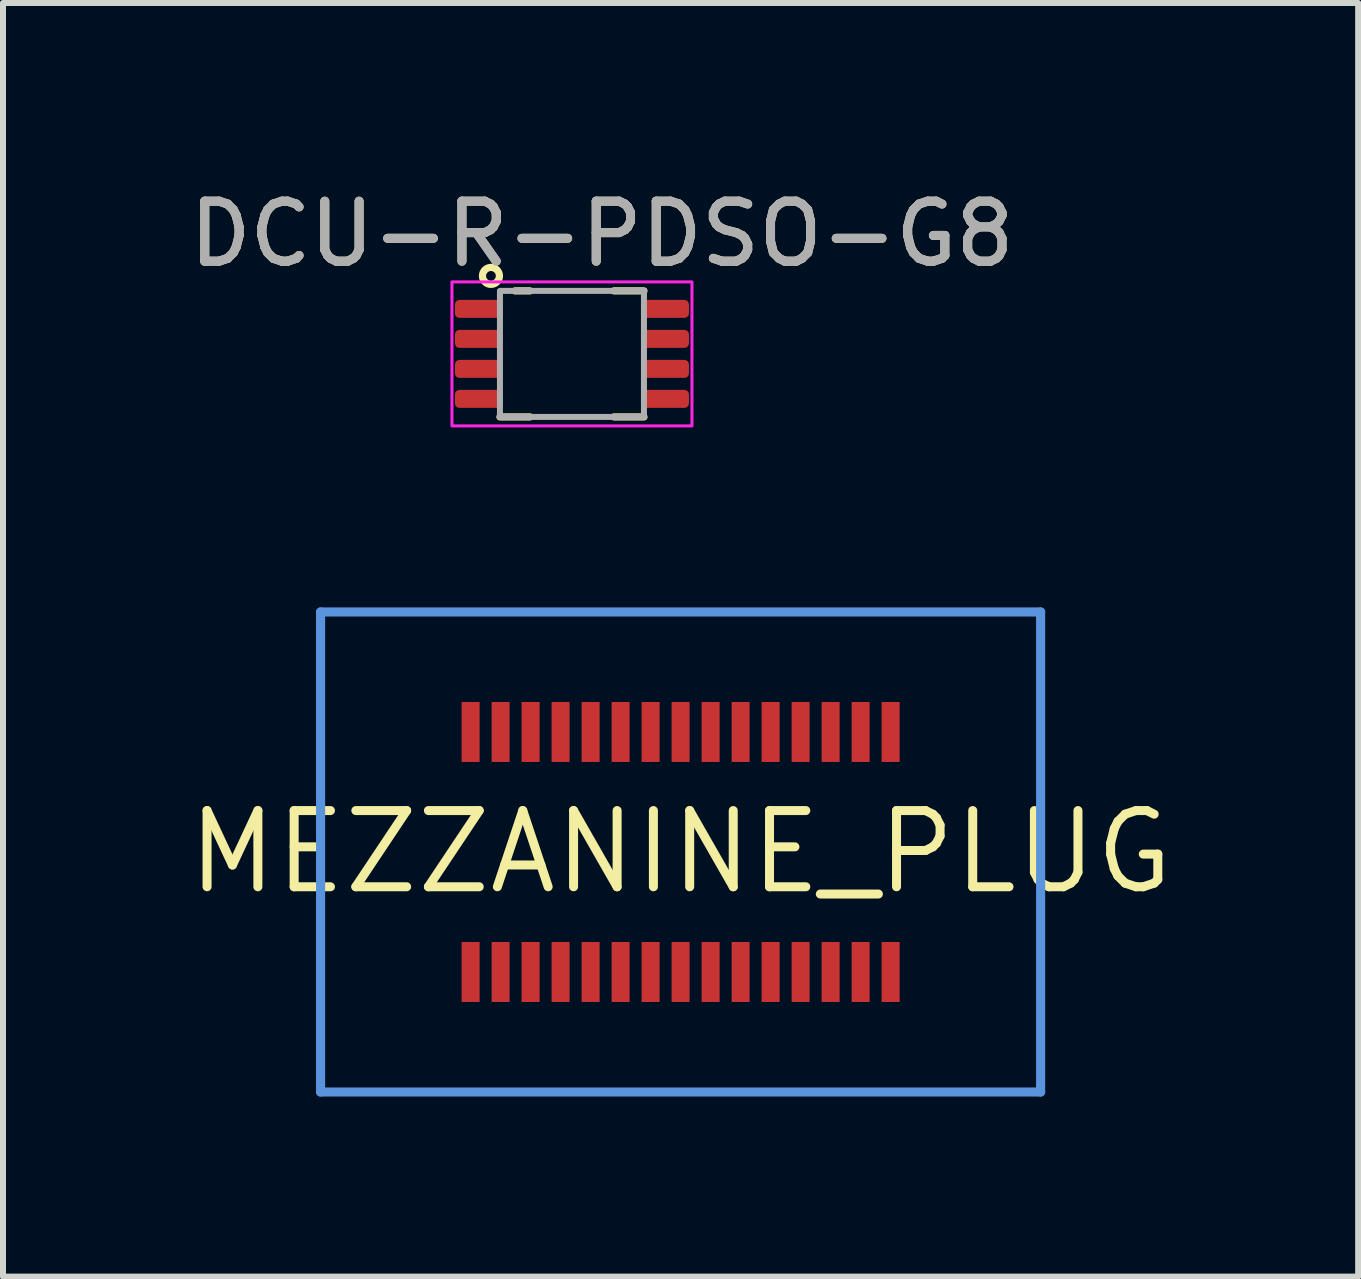
<source format=kicad_pcb>
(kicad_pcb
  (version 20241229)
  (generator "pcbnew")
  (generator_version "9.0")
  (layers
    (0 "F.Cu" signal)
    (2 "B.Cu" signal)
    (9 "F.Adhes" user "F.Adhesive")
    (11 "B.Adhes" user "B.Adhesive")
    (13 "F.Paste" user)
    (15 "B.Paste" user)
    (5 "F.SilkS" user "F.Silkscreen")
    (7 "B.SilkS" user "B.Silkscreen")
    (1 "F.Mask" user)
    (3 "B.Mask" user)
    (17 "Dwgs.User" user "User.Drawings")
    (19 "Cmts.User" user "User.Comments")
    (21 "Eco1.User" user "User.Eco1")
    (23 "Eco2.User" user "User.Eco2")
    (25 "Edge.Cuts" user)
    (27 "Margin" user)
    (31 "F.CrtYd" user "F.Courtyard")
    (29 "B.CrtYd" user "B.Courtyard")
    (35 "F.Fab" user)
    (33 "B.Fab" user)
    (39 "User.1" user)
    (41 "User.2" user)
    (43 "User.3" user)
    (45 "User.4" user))
  (footprint "MEZZANINE_PLUG"
    (layer "F.Cu")
    (at 8.293 11.149)
    (property "Reference" "MEZZANINE_PLUG" (at 0 0 0) (layer "F.SilkS") (effects (font (size 1.27 1.27) (thickness 0.15))))
    (fp_line (start -6 -4) (end 6 -4) (stroke (width 0.152) (type solid)) (layer "Cmts.User"))
    (fp_line (start -6 4) (end -6 -4) (stroke (width 0.152) (type solid)) (layer "Cmts.User"))
    (fp_line (start 6 -4) (end 6 4) (stroke (width 0.152) (type solid)) (layer "Cmts.User"))
    (fp_line (start 6 4) (end -6 4) (stroke (width 0.152) (type solid)) (layer "Cmts.User"))
    (pad "P$1" smd rect (at -3.5 -2) (size 0.3 1) (layers "F.Cu" "F.Mask" "F.Paste"))
    (pad "P$2" smd rect (at -3 -2) (size 0.3 1) (layers "F.Cu" "F.Mask" "F.Paste"))
    (pad "P$3" smd rect (at -2.5 -2) (size 0.3 1) (layers "F.Cu" "F.Mask" "F.Paste"))
    (pad "P$4" smd rect (at -2 -2) (size 0.3 1) (layers "F.Cu" "F.Mask" "F.Paste"))
    (pad "P$5" smd rect (at -1.5 -2) (size 0.3 1) (layers "F.Cu" "F.Mask" "F.Paste"))
    (pad "P$6" smd rect (at -1 -2) (size 0.3 1) (layers "F.Cu" "F.Mask" "F.Paste"))
    (pad "P$7" smd rect (at -0.5 -2) (size 0.3 1) (layers "F.Cu" "F.Mask" "F.Paste"))
    (pad "P$8" smd rect (at 0 -2) (size 0.3 1) (layers "F.Cu" "F.Mask" "F.Paste"))
    (pad "P$9" smd rect (at 0.5 -2) (size 0.3 1) (layers "F.Cu" "F.Mask" "F.Paste"))
    (pad "P$10" smd rect (at 1 -2) (size 0.3 1) (layers "F.Cu" "F.Mask" "F.Paste"))
    (pad "P$11" smd rect (at 1.5 -2) (size 0.3 1) (layers "F.Cu" "F.Mask" "F.Paste"))
    (pad "P$12" smd rect (at 2 -2) (size 0.3 1) (layers "F.Cu" "F.Mask" "F.Paste"))
    (pad "P$13" smd rect (at 2.5 -2) (size 0.3 1) (layers "F.Cu" "F.Mask" "F.Paste"))
    (pad "P$14" smd rect (at 3 -2) (size 0.3 1) (layers "F.Cu" "F.Mask" "F.Paste"))
    (pad "P$15" smd rect (at 3.5 -2) (size 0.3 1) (layers "F.Cu" "F.Mask" "F.Paste"))
    (pad "P$16" smd rect (at 3.5 2) (size 0.3 1) (layers "F.Cu" "F.Mask" "F.Paste"))
    (pad "P$17" smd rect (at 3 2) (size 0.3 1) (layers "F.Cu" "F.Mask" "F.Paste"))
    (pad "P$18" smd rect (at 2.5 2) (size 0.3 1) (layers "F.Cu" "F.Mask" "F.Paste"))
    (pad "P$19" smd rect (at 2 2) (size 0.3 1) (layers "F.Cu" "F.Mask" "F.Paste"))
    (pad "P$20" smd rect (at 1.5 2) (size 0.3 1) (layers "F.Cu" "F.Mask" "F.Paste"))
    (pad "P$21" smd rect (at 1 2) (size 0.3 1) (layers "F.Cu" "F.Mask" "F.Paste"))
    (pad "P$22" smd rect (at 0.5 2) (size 0.3 1) (layers "F.Cu" "F.Mask" "F.Paste"))
    (pad "P$23" smd rect (at 0 2) (size 0.3 1) (layers "F.Cu" "F.Mask" "F.Paste"))
    (pad "P$24" smd rect (at -0.5 2) (size 0.3 1) (layers "F.Cu" "F.Mask" "F.Paste"))
    (pad "P$25" smd rect (at -1 2) (size 0.3 1) (layers "F.Cu" "F.Mask" "F.Paste"))
    (pad "P$26" smd rect (at -1.5 2) (size 0.3 1) (layers "F.Cu" "F.Mask" "F.Paste"))
    (pad "P$27" smd rect (at -2 2) (size 0.3 1) (layers "F.Cu" "F.Mask" "F.Paste"))
    (pad "P$28" smd rect (at -2.5 2) (size 0.3 1) (layers "F.Cu" "F.Mask" "F.Paste"))
    (pad "P$29" smd rect (at -3 2) (size 0.3 1) (layers "F.Cu" "F.Mask" "F.Paste"))
    (pad "P$30" smd rect (at -3.5 2) (size 0.3 1) (layers "F.Cu" "F.Mask" "F.Paste")))
  (footprint "DCU-R-PDSO-G8"
    (layer "F.Cu")
    (at 6.482 2.848)
    (property "Reference" "DCU-R-PDSO-G8" (at 0.5 -2 0) (unlocked yes) (layer "F.SilkS") (effects (font (size 1 1) (thickness 0.15))))
    (attr smd)
    (fp_line (start -1.2 1.05) (end -0.7 1.05) (stroke (width 0.12) (type solid)) (layer "F.SilkS"))
    (fp_line (start -0.7 -1.05) (end -0.95 -1.05) (stroke (width 0.12) (type solid)) (layer "F.SilkS"))
    (fp_line (start 1.2 -1.05) (end 0.7 -1.05) (stroke (width 0.12) (type solid)) (layer "F.SilkS"))
    (fp_line (start 1.2 1.05) (end 0.7 1.05) (stroke (width 0.12) (type solid)) (layer "F.SilkS"))
    (fp_circle (center -1.35 -1.3) (end -1.25 -1.2) (stroke (width 0.12) (type solid)) (fill no) (layer "F.SilkS"))
    (fp_rect (start -2 -1.2) (end 2 1.2) (stroke (width 0.05) (type solid)) (fill no) (layer "F.CrtYd"))
    (fp_rect (start -1.2 -1.05) (end 1.2 1.05) (stroke (width 0.1) (type solid)) (fill no) (layer "F.Fab"))
    (fp_text user "${REFERENCE}" (at 0.5 -2 0) (unlocked yes) (layer "F.Fab") (effects (font (size 1 1) (thickness 0.15))))
    (pad "1" smd roundrect (at -1.55 -0.75) (size 0.8 0.3) (layers "F.Cu" "F.Mask" "F.Paste") (roundrect_rratio 0.25))
    (pad "2" smd roundrect (at -1.55 -0.25) (size 0.8 0.3) (layers "F.Cu" "F.Mask" "F.Paste") (roundrect_rratio 0.25))
    (pad "3" smd roundrect (at -1.55 0.25) (size 0.8 0.3) (layers "F.Cu" "F.Mask" "F.Paste") (roundrect_rratio 0.25))
    (pad "4" smd roundrect (at -1.55 0.75) (size 0.8 0.3) (layers "F.Cu" "F.Mask" "F.Paste") (roundrect_rratio 0.25))
    (pad "5" smd roundrect (at 1.55 0.75 180) (size 0.8 0.3) (layers "F.Cu" "F.Mask" "F.Paste") (roundrect_rratio 0.25))
    (pad "6" smd roundrect (at 1.55 0.25 180) (size 0.8 0.3) (layers "F.Cu" "F.Mask" "F.Paste") (roundrect_rratio 0.25))
    (pad "7" smd roundrect (at 1.55 -0.25 180) (size 0.8 0.3) (layers "F.Cu" "F.Mask" "F.Paste") (roundrect_rratio 0.25))
    (pad "8" smd roundrect (at 1.55 -0.75 180) (size 0.8 0.3) (layers "F.Cu" "F.Mask" "F.Paste") (roundrect_rratio 0.25)))
  (gr_rect
    (start -3 -3)
    (end 19.585 18.226)
    (stroke (width 0.1) (type default))
    (fill no)
    (layer "Edge.Cuts")))
</source>
